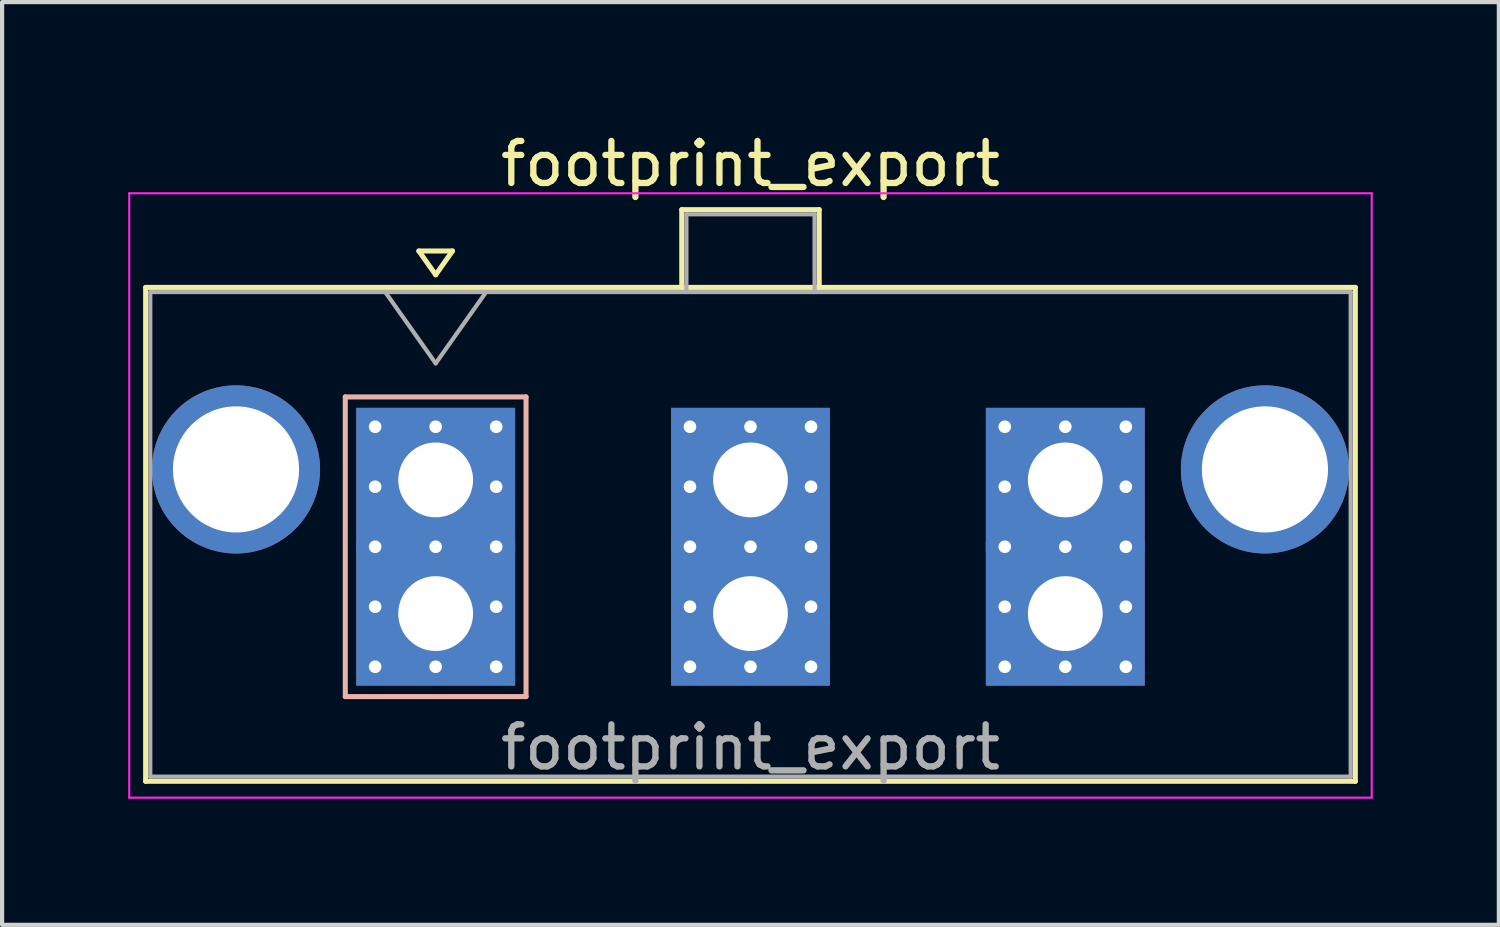
<source format=kicad_pcb>
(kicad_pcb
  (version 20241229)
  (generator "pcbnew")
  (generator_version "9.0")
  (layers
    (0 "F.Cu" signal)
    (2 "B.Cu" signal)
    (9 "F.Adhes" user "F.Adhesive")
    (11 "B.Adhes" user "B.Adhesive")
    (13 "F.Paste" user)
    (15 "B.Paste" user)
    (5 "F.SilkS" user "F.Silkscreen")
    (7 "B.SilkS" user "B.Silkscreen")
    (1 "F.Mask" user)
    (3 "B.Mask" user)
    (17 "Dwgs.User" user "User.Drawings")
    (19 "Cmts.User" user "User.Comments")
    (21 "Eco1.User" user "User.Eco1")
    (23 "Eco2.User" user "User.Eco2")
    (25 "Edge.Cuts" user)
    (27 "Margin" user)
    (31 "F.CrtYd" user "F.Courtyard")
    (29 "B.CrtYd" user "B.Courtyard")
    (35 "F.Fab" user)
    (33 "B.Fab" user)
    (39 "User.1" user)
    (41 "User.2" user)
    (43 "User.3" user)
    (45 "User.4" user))
  (footprint "footprint_export"
    (layer "F.Cu")
    (at 7.315 11.548)
    (property "Reference" "footprint_export" (at 7.49 -10.7 0) (layer "F.SilkS") (effects (font (size 1 1) (thickness 0.15))))
    (attr through_hole)
    (fp_line (start -6.9 -7.76) (end -6.9 3.99) (stroke (width 0.12) (type solid)) (layer "F.SilkS"))
    (fp_line (start -6.9 3.99) (end 21.88 3.99) (stroke (width 0.12) (type solid)) (layer "F.SilkS"))
    (fp_line (start -0.4 -8.626) (end 0 -8.06) (stroke (width 0.12) (type solid)) (layer "F.SilkS"))
    (fp_line (start 0 -8.06) (end 0.4 -8.626) (stroke (width 0.12) (type solid)) (layer "F.SilkS"))
    (fp_line (start 0.4 -8.626) (end -0.4 -8.626) (stroke (width 0.12) (type solid)) (layer "F.SilkS"))
    (fp_line (start 5.855 -9.61) (end 9.125 -9.61) (stroke (width 0.12) (type solid)) (layer "F.SilkS"))
    (fp_line (start 5.855 -7.76) (end 5.855 -9.61) (stroke (width 0.12) (type solid)) (layer "F.SilkS"))
    (fp_line (start 9.125 -9.61) (end 9.125 -7.76) (stroke (width 0.12) (type solid)) (layer "F.SilkS"))
    (fp_line (start 21.88 -7.76) (end -6.9 -7.76) (stroke (width 0.12) (type solid)) (layer "F.SilkS"))
    (fp_line (start 21.88 3.99) (end 21.88 -7.76) (stroke (width 0.12) (type solid)) (layer "F.SilkS"))
    (fp_line (start -2.15 -5.155) (end -2.15 1.975) (stroke (width 0.12) (type solid)) (layer "B.SilkS"))
    (fp_line (start -2.15 1.975) (end 2.15 1.975) (stroke (width 0.12) (type solid)) (layer "B.SilkS"))
    (fp_line (start 2.15 -5.155) (end -2.15 -5.155) (stroke (width 0.12) (type solid)) (layer "B.SilkS"))
    (fp_line (start 2.15 1.975) (end 2.15 -5.155) (stroke (width 0.12) (type solid)) (layer "B.SilkS"))
    (fp_line (start -7.29 -10) (end -7.29 4.38) (stroke (width 0.05) (type solid)) (layer "F.CrtYd"))
    (fp_line (start -7.29 4.38) (end 22.27 4.38) (stroke (width 0.05) (type solid)) (layer "F.CrtYd"))
    (fp_line (start 22.27 -10) (end -7.29 -10) (stroke (width 0.05) (type solid)) (layer "F.CrtYd"))
    (fp_line (start 22.27 4.38) (end 22.27 -10) (stroke (width 0.05) (type solid)) (layer "F.CrtYd"))
    (fp_line (start -6.79 -7.65) (end -6.79 3.88) (stroke (width 0.1) (type solid)) (layer "F.Fab"))
    (fp_line (start -6.79 3.88) (end 21.77 3.88) (stroke (width 0.1) (type solid)) (layer "F.Fab"))
    (fp_line (start -1.2 -7.65) (end 0 -5.953) (stroke (width 0.1) (type solid)) (layer "F.Fab"))
    (fp_line (start 0 -5.953) (end 1.2 -7.65) (stroke (width 0.1) (type solid)) (layer "F.Fab"))
    (fp_line (start 5.965 -9.5) (end 9.015 -9.5) (stroke (width 0.1) (type solid)) (layer "F.Fab"))
    (fp_line (start 5.965 -7.65) (end 5.965 -9.5) (stroke (width 0.1) (type solid)) (layer "F.Fab"))
    (fp_line (start 9.015 -9.5) (end 9.015 -7.65) (stroke (width 0.1) (type solid)) (layer "F.Fab"))
    (fp_line (start 21.77 -7.65) (end -6.79 -7.65) (stroke (width 0.1) (type solid)) (layer "F.Fab"))
    (fp_line (start 21.77 3.88) (end 21.77 -7.65) (stroke (width 0.1) (type solid)) (layer "F.Fab"))
    (fp_text user "${REFERENCE}" (at 7.49 3.18 0) (layer "F.Fab") (effects (font (size 1 1) (thickness 0.15))))
    (pad "" thru_hole circle (at -4.75 -3.43) (size 4 4) (drill 3) (layers "*.Cu" "*.Mask"))
    (pad "" thru_hole circle (at 19.73 -3.43) (size 4 4) (drill 3) (layers "*.Cu" "*.Mask"))
    (pad "1" thru_hole rect (at -1.44 -4.445) (size 0.6 0.6) (drill 0.3) (layers "*.Cu" "*.Mask"))
    (pad "1" thru_hole rect (at -1.44 -3.018) (size 0.6 0.6) (drill 0.3) (layers "*.Cu" "*.Mask"))
    (pad "1" thru_hole rect (at -1.44 -1.59) (size 0.6 0.6) (drill 0.3) (layers "*.Cu" "*.Mask"))
    (pad "1" thru_hole rect (at -1.44 -0.163) (size 0.6 0.6) (drill 0.3) (layers "*.Cu" "*.Mask"))
    (pad "1" thru_hole rect (at -1.44 1.265) (size 0.6 0.6) (drill 0.3) (layers "*.Cu" "*.Mask"))
    (pad "1" thru_hole rect (at 0 -4.445) (size 0.6 0.6) (drill 0.3) (layers "*.Cu" "*.Mask"))
    (pad "1" thru_hole rect (at 0 -3.18) (size 3.78 3.43) (drill 1.78) (layers "*.Cu" "*.Mask"))
    (pad "1" thru_hole rect (at 0 -1.59) (size 0.6 0.6) (drill 0.3) (layers "*.Cu" "*.Mask"))
    (pad "1" thru_hole rect (at 0 0) (size 3.78 3.43) (drill 1.78) (layers "*.Cu" "*.Mask"))
    (pad "1" thru_hole rect (at 0 1.265) (size 0.6 0.6) (drill 0.3) (layers "*.Cu" "*.Mask"))
    (pad "1" thru_hole rect (at 1.44 -4.445) (size 0.6 0.6) (drill 0.3) (layers "*.Cu" "*.Mask"))
    (pad "1" thru_hole rect (at 1.44 -3.018) (size 0.6 0.6) (drill 0.3) (layers "*.Cu" "*.Mask"))
    (pad "1" thru_hole rect (at 1.44 -1.59) (size 0.6 0.6) (drill 0.3) (layers "*.Cu" "*.Mask"))
    (pad "1" thru_hole rect (at 1.44 -0.163) (size 0.6 0.6) (drill 0.3) (layers "*.Cu" "*.Mask"))
    (pad "1" thru_hole rect (at 1.44 1.265) (size 0.6 0.6) (drill 0.3) (layers "*.Cu" "*.Mask"))
    (pad "2" thru_hole circle (at 6.05 -4.445) (size 0.6 0.6) (drill 0.3) (layers "*.Cu" "*.Mask"))
    (pad "2" thru_hole circle (at 6.05 -3.018) (size 0.6 0.6) (drill 0.3) (layers "*.Cu" "*.Mask"))
    (pad "2" thru_hole circle (at 6.05 -1.59) (size 0.6 0.6) (drill 0.3) (layers "*.Cu" "*.Mask"))
    (pad "2" thru_hole circle (at 6.05 -0.163) (size 0.6 0.6) (drill 0.3) (layers "*.Cu" "*.Mask"))
    (pad "2" thru_hole circle (at 6.05 1.265) (size 0.6 0.6) (drill 0.3) (layers "*.Cu" "*.Mask"))
    (pad "2" thru_hole circle (at 7.49 -4.445) (size 0.6 0.6) (drill 0.3) (layers "*.Cu" "*.Mask"))
    (pad "2" thru_hole rect (at 7.49 -3.18) (size 3.78 3.43) (drill 1.78) (layers "*.Cu" "*.Mask"))
    (pad "2" thru_hole circle (at 7.49 -1.59) (size 0.6 0.6) (drill 0.3) (layers "*.Cu" "*.Mask"))
    (pad "2" thru_hole rect (at 7.49 0) (size 3.78 3.43) (drill 1.78) (layers "*.Cu" "*.Mask"))
    (pad "2" thru_hole circle (at 7.49 1.265) (size 0.6 0.6) (drill 0.3) (layers "*.Cu" "*.Mask"))
    (pad "2" thru_hole circle (at 8.93 -4.445) (size 0.6 0.6) (drill 0.3) (layers "*.Cu" "*.Mask"))
    (pad "2" thru_hole circle (at 8.93 -3.018) (size 0.6 0.6) (drill 0.3) (layers "*.Cu" "*.Mask"))
    (pad "2" thru_hole circle (at 8.93 -1.59) (size 0.6 0.6) (drill 0.3) (layers "*.Cu" "*.Mask"))
    (pad "2" thru_hole circle (at 8.93 -0.163) (size 0.6 0.6) (drill 0.3) (layers "*.Cu" "*.Mask"))
    (pad "2" thru_hole circle (at 8.93 1.265) (size 0.6 0.6) (drill 0.3) (layers "*.Cu" "*.Mask"))
    (pad "3" thru_hole circle (at 13.54 -4.445) (size 0.6 0.6) (drill 0.3) (layers "*.Cu" "*.Mask"))
    (pad "3" thru_hole circle (at 13.54 -3.018) (size 0.6 0.6) (drill 0.3) (layers "*.Cu" "*.Mask"))
    (pad "3" thru_hole circle (at 13.54 -1.59) (size 0.6 0.6) (drill 0.3) (layers "*.Cu" "*.Mask"))
    (pad "3" thru_hole circle (at 13.54 -0.163) (size 0.6 0.6) (drill 0.3) (layers "*.Cu" "*.Mask"))
    (pad "3" thru_hole circle (at 13.54 1.265) (size 0.6 0.6) (drill 0.3) (layers "*.Cu" "*.Mask"))
    (pad "3" thru_hole circle (at 14.98 -4.445) (size 0.6 0.6) (drill 0.3) (layers "*.Cu" "*.Mask"))
    (pad "3" thru_hole rect (at 14.98 -3.18) (size 3.78 3.43) (drill 1.78) (layers "*.Cu" "*.Mask"))
    (pad "3" thru_hole circle (at 14.98 -1.59) (size 0.6 0.6) (drill 0.3) (layers "*.Cu" "*.Mask"))
    (pad "3" thru_hole rect (at 14.98 0) (size 3.78 3.43) (drill 1.78) (layers "*.Cu" "*.Mask"))
    (pad "3" thru_hole circle (at 14.98 1.265) (size 0.6 0.6) (drill 0.3) (layers "*.Cu" "*.Mask"))
    (pad "3" thru_hole circle (at 16.42 -4.445) (size 0.6 0.6) (drill 0.3) (layers "*.Cu" "*.Mask"))
    (pad "3" thru_hole circle (at 16.42 -3.018) (size 0.6 0.6) (drill 0.3) (layers "*.Cu" "*.Mask"))
    (pad "3" thru_hole circle (at 16.42 -1.59) (size 0.6 0.6) (drill 0.3) (layers "*.Cu" "*.Mask"))
    (pad "3" thru_hole circle (at 16.42 -0.163) (size 0.6 0.6) (drill 0.3) (layers "*.Cu" "*.Mask"))
    (pad "3" thru_hole circle (at 16.42 1.265) (size 0.6 0.6) (drill 0.3) (layers "*.Cu" "*.Mask")))
  (gr_rect
    (start -3 -3)
    (end 32.61 18.953)
    (stroke (width 0.1) (type default))
    (fill no)
    (layer "Edge.Cuts")))
</source>
